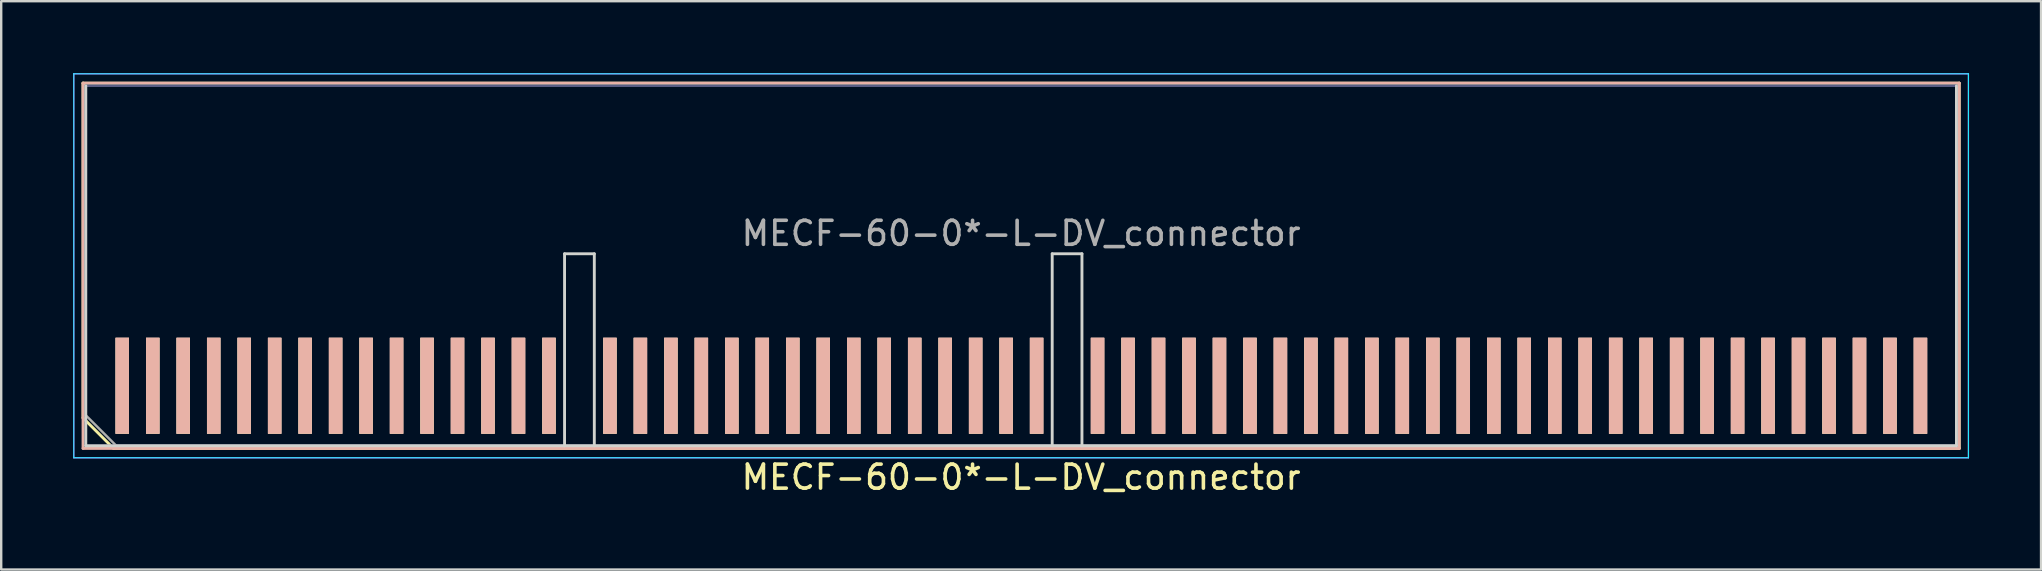
<source format=kicad_pcb>
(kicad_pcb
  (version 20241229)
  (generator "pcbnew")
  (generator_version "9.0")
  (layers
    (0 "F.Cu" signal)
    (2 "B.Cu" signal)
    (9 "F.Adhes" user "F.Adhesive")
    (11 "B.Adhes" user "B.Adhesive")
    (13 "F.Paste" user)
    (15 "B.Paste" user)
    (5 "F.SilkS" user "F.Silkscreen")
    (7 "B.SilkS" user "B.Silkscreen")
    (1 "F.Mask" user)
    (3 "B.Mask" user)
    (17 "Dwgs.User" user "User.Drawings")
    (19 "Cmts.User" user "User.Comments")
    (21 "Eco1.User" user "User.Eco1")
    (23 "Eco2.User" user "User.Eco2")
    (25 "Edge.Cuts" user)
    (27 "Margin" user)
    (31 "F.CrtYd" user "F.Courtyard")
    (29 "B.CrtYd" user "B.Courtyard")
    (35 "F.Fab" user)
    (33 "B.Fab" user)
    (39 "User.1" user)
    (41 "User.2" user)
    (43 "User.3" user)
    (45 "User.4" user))
  (footprint "MECF-60-0*-L-DV_connector"
    (layer "F.Cu")
    (at 39.5 13.025)
    (property "Reference" "MECF-60-0*-L-DV_connector" (at 0 3.81 0) (layer "F.SilkS") (effects (font (size 1 1) (thickness 0.15))))
    (attr smd)
    (fp_line (start -39.09 -12.61) (end 39.09 -12.61) (stroke (width 0.12) (type solid)) (layer "F.SilkS"))
    (fp_line (start -39.09 1.34) (end -39.09 -12.61) (stroke (width 0.12) (type solid)) (layer "F.SilkS"))
    (fp_line (start -37.82 2.61) (end -39.09 1.34) (stroke (width 0.12) (type solid)) (layer "F.SilkS"))
    (fp_line (start -37.82 2.61) (end 39.09 2.61) (stroke (width 0.12) (type solid)) (layer "F.SilkS"))
    (fp_line (start 39.09 2.61) (end 39.09 -12.61) (stroke (width 0.12) (type solid)) (layer "F.SilkS"))
    (fp_line (start -39.09 -12.61) (end 39.09 -12.61) (stroke (width 0.12) (type solid)) (layer "B.SilkS"))
    (fp_line (start -39.09 2.61) (end -39.09 -12.61) (stroke (width 0.12) (type solid)) (layer "B.SilkS"))
    (fp_line (start -39.09 2.61) (end 39.09 2.61) (stroke (width 0.12) (type solid)) (layer "B.SilkS"))
    (fp_line (start 39.09 2.61) (end 39.09 -12.61) (stroke (width 0.12) (type solid)) (layer "B.SilkS"))
    (fp_line (start -38.975 2.5) (end -38.975 -12.5) (stroke (width 0.12) (type solid)) (layer "Edge.Cuts"))
    (fp_line (start -38.975 2.5) (end -19.025 2.5) (stroke (width 0.12) (type solid)) (layer "Edge.Cuts"))
    (fp_line (start -19.025 -5.5) (end -17.785 -5.5) (stroke (width 0.12) (type solid)) (layer "Edge.Cuts"))
    (fp_line (start -19.025 2.5) (end -19.025 -5.5) (stroke (width 0.12) (type solid)) (layer "Edge.Cuts"))
    (fp_line (start -19.025 2.5) (end 2.535 2.5) (stroke (width 0.12) (type solid)) (layer "Edge.Cuts"))
    (fp_line (start -17.785 2.5) (end -17.785 -5.5) (stroke (width 0.12) (type solid)) (layer "Edge.Cuts"))
    (fp_line (start 1.295 -5.5) (end 2.535 -5.5) (stroke (width 0.12) (type solid)) (layer "Edge.Cuts"))
    (fp_line (start 1.295 2.5) (end 1.295 -5.5) (stroke (width 0.12) (type solid)) (layer "Edge.Cuts"))
    (fp_line (start 2.535 2.5) (end 2.535 -5.5) (stroke (width 0.12) (type solid)) (layer "Edge.Cuts"))
    (fp_line (start 2.535 2.5) (end 38.975 2.5) (stroke (width 0.12) (type solid)) (layer "Edge.Cuts"))
    (fp_line (start 38.975 2.5) (end 38.975 -12.5) (stroke (width 0.12) (type solid)) (layer "Edge.Cuts"))
    (fp_line (start -39.475 -13) (end -39.475 3) (stroke (width 0.05) (type solid)) (layer "B.CrtYd"))
    (fp_line (start -39.475 3) (end 39.475 3) (stroke (width 0.05) (type solid)) (layer "B.CrtYd"))
    (fp_line (start 39.475 -13) (end -39.475 -13) (stroke (width 0.05) (type solid)) (layer "B.CrtYd"))
    (fp_line (start 39.475 3) (end 39.475 -13) (stroke (width 0.05) (type solid)) (layer "B.CrtYd"))
    (fp_line (start -39.475 -13) (end -39.475 3) (stroke (width 0.05) (type solid)) (layer "F.CrtYd"))
    (fp_line (start -39.475 3) (end 39.475 3) (stroke (width 0.05) (type solid)) (layer "F.CrtYd"))
    (fp_line (start 39.475 -13) (end -39.475 -13) (stroke (width 0.05) (type solid)) (layer "F.CrtYd"))
    (fp_line (start 39.475 3) (end 39.475 -13) (stroke (width 0.05) (type solid)) (layer "F.CrtYd"))
    (fp_line (start -38.975 -12.5) (end 38.975 -12.5) (stroke (width 0.1) (type solid)) (layer "B.Fab"))
    (fp_line (start -38.975 2.5) (end -38.975 -12.5) (stroke (width 0.1) (type solid)) (layer "B.Fab"))
    (fp_line (start -38.975 2.5) (end 38.975 2.5) (stroke (width 0.1) (type solid)) (layer "B.Fab"))
    (fp_line (start 38.975 2.5) (end 38.975 -12.5) (stroke (width 0.1) (type solid)) (layer "B.Fab"))
    (fp_line (start -38.975 -12.5) (end 38.975 -12.5) (stroke (width 0.1) (type solid)) (layer "F.Fab"))
    (fp_line (start -38.975 1.23) (end -38.975 -12.5) (stroke (width 0.1) (type solid)) (layer "F.Fab"))
    (fp_line (start -38.975 1.23) (end -37.705 2.5) (stroke (width 0.1) (type solid)) (layer "F.Fab"))
    (fp_line (start -37.705 2.5) (end 38.975 2.5) (stroke (width 0.1) (type solid)) (layer "F.Fab"))
    (fp_line (start 38.975 2.5) (end 38.975 -12.5) (stroke (width 0.1) (type solid)) (layer "F.Fab"))
    (fp_text user "${REFERENCE}" (at 0 -6.35 0) (layer "F.Fab") (effects (font (size 1 1) (thickness 0.15))))
    (pad "1" smd rect (at -37.455 0) (size 0.56 4) (layers "F.Cu" "F.Mask" "F.SilkS"))
    (pad "2" smd rect (at -37.455 0) (size 0.56 4) (layers "B.Cu" "B.Mask" "B.SilkS"))
    (pad "3" smd rect (at -36.185 0) (size 0.56 4) (layers "F.Cu" "F.Mask" "F.SilkS"))
    (pad "4" smd rect (at -36.185 0) (size 0.56 4) (layers "B.Cu" "B.Mask" "B.SilkS"))
    (pad "5" smd rect (at -34.915 0) (size 0.56 4) (layers "F.Cu" "F.Mask" "F.SilkS"))
    (pad "6" smd rect (at -34.915 0) (size 0.56 4) (layers "B.Cu" "B.Mask" "B.SilkS"))
    (pad "7" smd rect (at -33.645 0) (size 0.56 4) (layers "F.Cu" "F.Mask" "F.SilkS"))
    (pad "8" smd rect (at -33.645 0) (size 0.56 4) (layers "B.Cu" "B.Mask" "B.SilkS"))
    (pad "9" smd rect (at -32.375 0) (size 0.56 4) (layers "F.Cu" "F.Mask" "F.SilkS"))
    (pad "10" smd rect (at -32.375 0) (size 0.56 4) (layers "B.Cu" "B.Mask" "B.SilkS"))
    (pad "11" smd rect (at -31.105 0) (size 0.56 4) (layers "F.Cu" "F.Mask" "F.SilkS"))
    (pad "12" smd rect (at -31.105 0) (size 0.56 4) (layers "B.Cu" "B.Mask" "B.SilkS"))
    (pad "13" smd rect (at -29.835 0) (size 0.56 4) (layers "F.Cu" "F.Mask" "F.SilkS"))
    (pad "14" smd rect (at -29.835 0) (size 0.56 4) (layers "B.Cu" "B.Mask" "B.SilkS"))
    (pad "15" smd rect (at -28.565 0) (size 0.56 4) (layers "F.Cu" "F.Mask" "F.SilkS"))
    (pad "16" smd rect (at -28.565 0) (size 0.56 4) (layers "B.Cu" "B.Mask" "B.SilkS"))
    (pad "17" smd rect (at -27.295 0) (size 0.56 4) (layers "F.Cu" "F.Mask" "F.SilkS"))
    (pad "18" smd rect (at -27.295 0) (size 0.56 4) (layers "B.Cu" "B.Mask" "B.SilkS"))
    (pad "19" smd rect (at -26.025 0) (size 0.56 4) (layers "F.Cu" "F.Mask" "F.SilkS"))
    (pad "20" smd rect (at -26.025 0) (size 0.56 4) (layers "B.Cu" "B.Mask" "B.SilkS"))
    (pad "21" smd rect (at -24.755 0) (size 0.56 4) (layers "F.Cu" "F.Mask" "F.SilkS"))
    (pad "22" smd rect (at -24.755 0) (size 0.56 4) (layers "B.Cu" "B.Mask" "B.SilkS"))
    (pad "23" smd rect (at -23.485 0) (size 0.56 4) (layers "F.Cu" "F.Mask" "F.SilkS"))
    (pad "24" smd rect (at -23.485 0) (size 0.56 4) (layers "B.Cu" "B.Mask" "B.SilkS"))
    (pad "25" smd rect (at -22.215 0) (size 0.56 4) (layers "F.Cu" "F.Mask" "F.SilkS"))
    (pad "26" smd rect (at -22.215 0) (size 0.56 4) (layers "B.Cu" "B.Mask" "B.SilkS"))
    (pad "27" smd rect (at -20.945 0) (size 0.56 4) (layers "F.Cu" "F.Mask" "F.SilkS"))
    (pad "28" smd rect (at -20.945 0) (size 0.56 4) (layers "B.Cu" "B.Mask" "B.SilkS"))
    (pad "29" smd rect (at -19.675 0) (size 0.56 4) (layers "F.Cu" "F.Mask" "F.SilkS"))
    (pad "30" smd rect (at -19.675 0) (size 0.56 4) (layers "B.Cu" "B.Mask" "B.SilkS"))
    (pad "33" smd rect (at -17.135 0) (size 0.56 4) (layers "F.Cu" "F.Mask" "F.SilkS"))
    (pad "34" smd rect (at -17.135 0) (size 0.56 4) (layers "B.Cu" "B.Mask" "B.SilkS"))
    (pad "35" smd rect (at -15.865 0) (size 0.56 4) (layers "F.Cu" "F.Mask" "F.SilkS"))
    (pad "36" smd rect (at -15.865 0) (size 0.56 4) (layers "B.Cu" "B.Mask" "B.SilkS"))
    (pad "37" smd rect (at -14.595 0) (size 0.56 4) (layers "F.Cu" "F.Mask" "F.SilkS"))
    (pad "38" smd rect (at -14.595 0) (size 0.56 4) (layers "B.Cu" "B.Mask" "B.SilkS"))
    (pad "39" smd rect (at -13.325 0) (size 0.56 4) (layers "F.Cu" "F.Mask" "F.SilkS"))
    (pad "40" smd rect (at -13.325 0) (size 0.56 4) (layers "B.Cu" "B.Mask" "B.SilkS"))
    (pad "41" smd rect (at -12.055 0) (size 0.56 4) (layers "F.Cu" "F.Mask" "F.SilkS"))
    (pad "42" smd rect (at -12.055 0) (size 0.56 4) (layers "B.Cu" "B.Mask" "B.SilkS"))
    (pad "43" smd rect (at -10.785 0) (size 0.56 4) (layers "F.Cu" "F.Mask" "F.SilkS"))
    (pad "44" smd rect (at -10.785 0) (size 0.56 4) (layers "B.Cu" "B.Mask" "B.SilkS"))
    (pad "45" smd rect (at -9.515 0) (size 0.56 4) (layers "F.Cu" "F.Mask" "F.SilkS"))
    (pad "46" smd rect (at -9.515 0) (size 0.56 4) (layers "B.Cu" "B.Mask" "B.SilkS"))
    (pad "47" smd rect (at -8.245 0) (size 0.56 4) (layers "F.Cu" "F.Mask" "F.SilkS"))
    (pad "48" smd rect (at -8.245 0) (size 0.56 4) (layers "B.Cu" "B.Mask" "B.SilkS"))
    (pad "49" smd rect (at -6.975 0) (size 0.56 4) (layers "F.Cu" "F.Mask" "F.SilkS"))
    (pad "50" smd rect (at -6.975 0) (size 0.56 4) (layers "B.Cu" "B.Mask" "B.SilkS"))
    (pad "51" smd rect (at -5.705 0) (size 0.56 4) (layers "F.Cu" "F.Mask" "F.SilkS"))
    (pad "52" smd rect (at -5.705 0) (size 0.56 4) (layers "B.Cu" "B.Mask" "B.SilkS"))
    (pad "53" smd rect (at -4.435 0) (size 0.56 4) (layers "F.Cu" "F.Mask" "F.SilkS"))
    (pad "54" smd rect (at -4.435 0) (size 0.56 4) (layers "B.Cu" "B.Mask" "B.SilkS"))
    (pad "55" smd rect (at -3.165 0) (size 0.56 4) (layers "F.Cu" "F.Mask" "F.SilkS"))
    (pad "56" smd rect (at -3.165 0) (size 0.56 4) (layers "B.Cu" "B.Mask" "B.SilkS"))
    (pad "57" smd rect (at -1.895 0) (size 0.56 4) (layers "F.Cu" "F.Mask" "F.SilkS"))
    (pad "58" smd rect (at -1.895 0) (size 0.56 4) (layers "B.Cu" "B.Mask" "B.SilkS"))
    (pad "59" smd rect (at -0.625 0) (size 0.56 4) (layers "F.Cu" "F.Mask" "F.SilkS"))
    (pad "60" smd rect (at -0.625 0) (size 0.56 4) (layers "B.Cu" "B.Mask" "B.SilkS"))
    (pad "61" smd rect (at 0.645 0) (size 0.56 4) (layers "F.Cu" "F.Mask" "F.SilkS"))
    (pad "62" smd rect (at 0.645 0) (size 0.56 4) (layers "B.Cu" "B.Mask" "B.SilkS"))
    (pad "65" smd rect (at 3.185 0) (size 0.56 4) (layers "F.Cu" "F.Mask" "F.SilkS"))
    (pad "66" smd rect (at 3.185 0) (size 0.56 4) (layers "B.Cu" "B.Mask" "B.SilkS"))
    (pad "67" smd rect (at 4.455 0) (size 0.56 4) (layers "F.Cu" "F.Mask" "F.SilkS"))
    (pad "68" smd rect (at 4.455 0) (size 0.56 4) (layers "B.Cu" "B.Mask" "B.SilkS"))
    (pad "69" smd rect (at 5.725 0) (size 0.56 4) (layers "F.Cu" "F.Mask" "F.SilkS"))
    (pad "70" smd rect (at 5.725 0) (size 0.56 4) (layers "B.Cu" "B.Mask" "B.SilkS"))
    (pad "71" smd rect (at 6.995 0) (size 0.56 4) (layers "F.Cu" "F.Mask" "F.SilkS"))
    (pad "72" smd rect (at 6.995 0) (size 0.56 4) (layers "B.Cu" "B.Mask" "B.SilkS"))
    (pad "73" smd rect (at 8.265 0) (size 0.56 4) (layers "F.Cu" "F.Mask" "F.SilkS"))
    (pad "74" smd rect (at 8.265 0) (size 0.56 4) (layers "B.Cu" "B.Mask" "B.SilkS"))
    (pad "75" smd rect (at 9.535 0) (size 0.56 4) (layers "F.Cu" "F.Mask" "F.SilkS"))
    (pad "76" smd rect (at 9.535 0) (size 0.56 4) (layers "B.Cu" "B.Mask" "B.SilkS"))
    (pad "77" smd rect (at 10.805 0) (size 0.56 4) (layers "F.Cu" "F.Mask" "F.SilkS"))
    (pad "78" smd rect (at 10.805 0) (size 0.56 4) (layers "B.Cu" "B.Mask" "B.SilkS"))
    (pad "79" smd rect (at 12.075 0) (size 0.56 4) (layers "F.Cu" "F.Mask" "F.SilkS"))
    (pad "80" smd rect (at 12.075 0) (size 0.56 4) (layers "B.Cu" "B.Mask" "B.SilkS"))
    (pad "81" smd rect (at 13.345 0) (size 0.56 4) (layers "F.Cu" "F.Mask" "F.SilkS"))
    (pad "82" smd rect (at 13.345 0) (size 0.56 4) (layers "B.Cu" "B.Mask" "B.SilkS"))
    (pad "83" smd rect (at 14.615 0) (size 0.56 4) (layers "F.Cu" "F.Mask" "F.SilkS"))
    (pad "84" smd rect (at 14.615 0) (size 0.56 4) (layers "B.Cu" "B.Mask" "B.SilkS"))
    (pad "85" smd rect (at 15.885 0) (size 0.56 4) (layers "F.Cu" "F.Mask" "F.SilkS"))
    (pad "86" smd rect (at 15.885 0) (size 0.56 4) (layers "B.Cu" "B.Mask" "B.SilkS"))
    (pad "87" smd rect (at 17.155 0) (size 0.56 4) (layers "F.Cu" "F.Mask" "F.SilkS"))
    (pad "88" smd rect (at 17.155 0) (size 0.56 4) (layers "B.Cu" "B.Mask" "B.SilkS"))
    (pad "89" smd rect (at 18.425 0) (size 0.56 4) (layers "F.Cu" "F.Mask" "F.SilkS"))
    (pad "90" smd rect (at 18.425 0) (size 0.56 4) (layers "B.Cu" "B.Mask" "B.SilkS"))
    (pad "91" smd rect (at 19.695 0) (size 0.56 4) (layers "F.Cu" "F.Mask" "F.SilkS"))
    (pad "92" smd rect (at 19.695 0) (size 0.56 4) (layers "B.Cu" "B.Mask" "B.SilkS"))
    (pad "93" smd rect (at 20.965 0) (size 0.56 4) (layers "F.Cu" "F.Mask" "F.SilkS"))
    (pad "94" smd rect (at 20.965 0) (size 0.56 4) (layers "B.Cu" "B.Mask" "B.SilkS"))
    (pad "95" smd rect (at 22.235 0) (size 0.56 4) (layers "F.Cu" "F.Mask" "F.SilkS"))
    (pad "96" smd rect (at 22.235 0) (size 0.56 4) (layers "B.Cu" "B.Mask" "B.SilkS"))
    (pad "97" smd rect (at 23.505 0) (size 0.56 4) (layers "F.Cu" "F.Mask" "F.SilkS"))
    (pad "98" smd rect (at 23.505 0) (size 0.56 4) (layers "B.Cu" "B.Mask" "B.SilkS"))
    (pad "99" smd rect (at 24.775 0) (size 0.56 4) (layers "F.Cu" "F.Mask" "F.SilkS"))
    (pad "100" smd rect (at 24.775 0) (size 0.56 4) (layers "B.Cu" "B.Mask" "B.SilkS"))
    (pad "101" smd rect (at 26.045 0) (size 0.56 4) (layers "F.Cu" "F.Mask" "F.SilkS"))
    (pad "102" smd rect (at 26.045 0) (size 0.56 4) (layers "B.Cu" "B.Mask" "B.SilkS"))
    (pad "103" smd rect (at 27.315 0) (size 0.56 4) (layers "F.Cu" "F.Mask" "F.SilkS"))
    (pad "104" smd rect (at 27.315 0) (size 0.56 4) (layers "B.Cu" "B.Mask" "B.SilkS"))
    (pad "105" smd rect (at 28.585 0) (size 0.56 4) (layers "F.Cu" "F.Mask" "F.SilkS"))
    (pad "106" smd rect (at 28.585 0) (size 0.56 4) (layers "B.Cu" "B.Mask" "B.SilkS"))
    (pad "107" smd rect (at 29.855 0) (size 0.56 4) (layers "F.Cu" "F.Mask" "F.SilkS"))
    (pad "108" smd rect (at 29.855 0) (size 0.56 4) (layers "B.Cu" "B.Mask" "B.SilkS"))
    (pad "109" smd rect (at 31.125 0) (size 0.56 4) (layers "F.Cu" "F.Mask" "F.SilkS"))
    (pad "110" smd rect (at 31.125 0) (size 0.56 4) (layers "B.Cu" "B.Mask" "B.SilkS"))
    (pad "111" smd rect (at 32.395 0) (size 0.56 4) (layers "F.Cu" "F.Mask" "F.SilkS"))
    (pad "112" smd rect (at 32.395 0) (size 0.56 4) (layers "B.Cu" "B.Mask" "B.SilkS"))
    (pad "113" smd rect (at 33.665 0) (size 0.56 4) (layers "F.Cu" "F.Mask" "F.SilkS"))
    (pad "114" smd rect (at 33.665 0) (size 0.56 4) (layers "B.Cu" "B.Mask" "B.SilkS"))
    (pad "115" smd rect (at 34.935 0) (size 0.56 4) (layers "F.Cu" "F.Mask" "F.SilkS"))
    (pad "116" smd rect (at 34.935 0) (size 0.56 4) (layers "B.Cu" "B.Mask" "B.SilkS"))
    (pad "117" smd rect (at 36.205 0) (size 0.56 4) (layers "F.Cu" "F.Mask" "F.SilkS"))
    (pad "118" smd rect (at 36.205 0) (size 0.56 4) (layers "B.Cu" "B.Mask" "B.SilkS"))
    (pad "119" smd rect (at 37.475 0) (size 0.56 4) (layers "F.Cu" "F.Mask" "F.SilkS"))
    (pad "120" smd rect (at 37.475 0) (size 0.56 4) (layers "B.Cu" "B.Mask" "B.SilkS")))
  (gr_rect
    (start -3 -3)
    (end 82 20.683)
    (stroke (width 0.1) (type default))
    (fill no)
    (layer "Edge.Cuts")))
</source>
